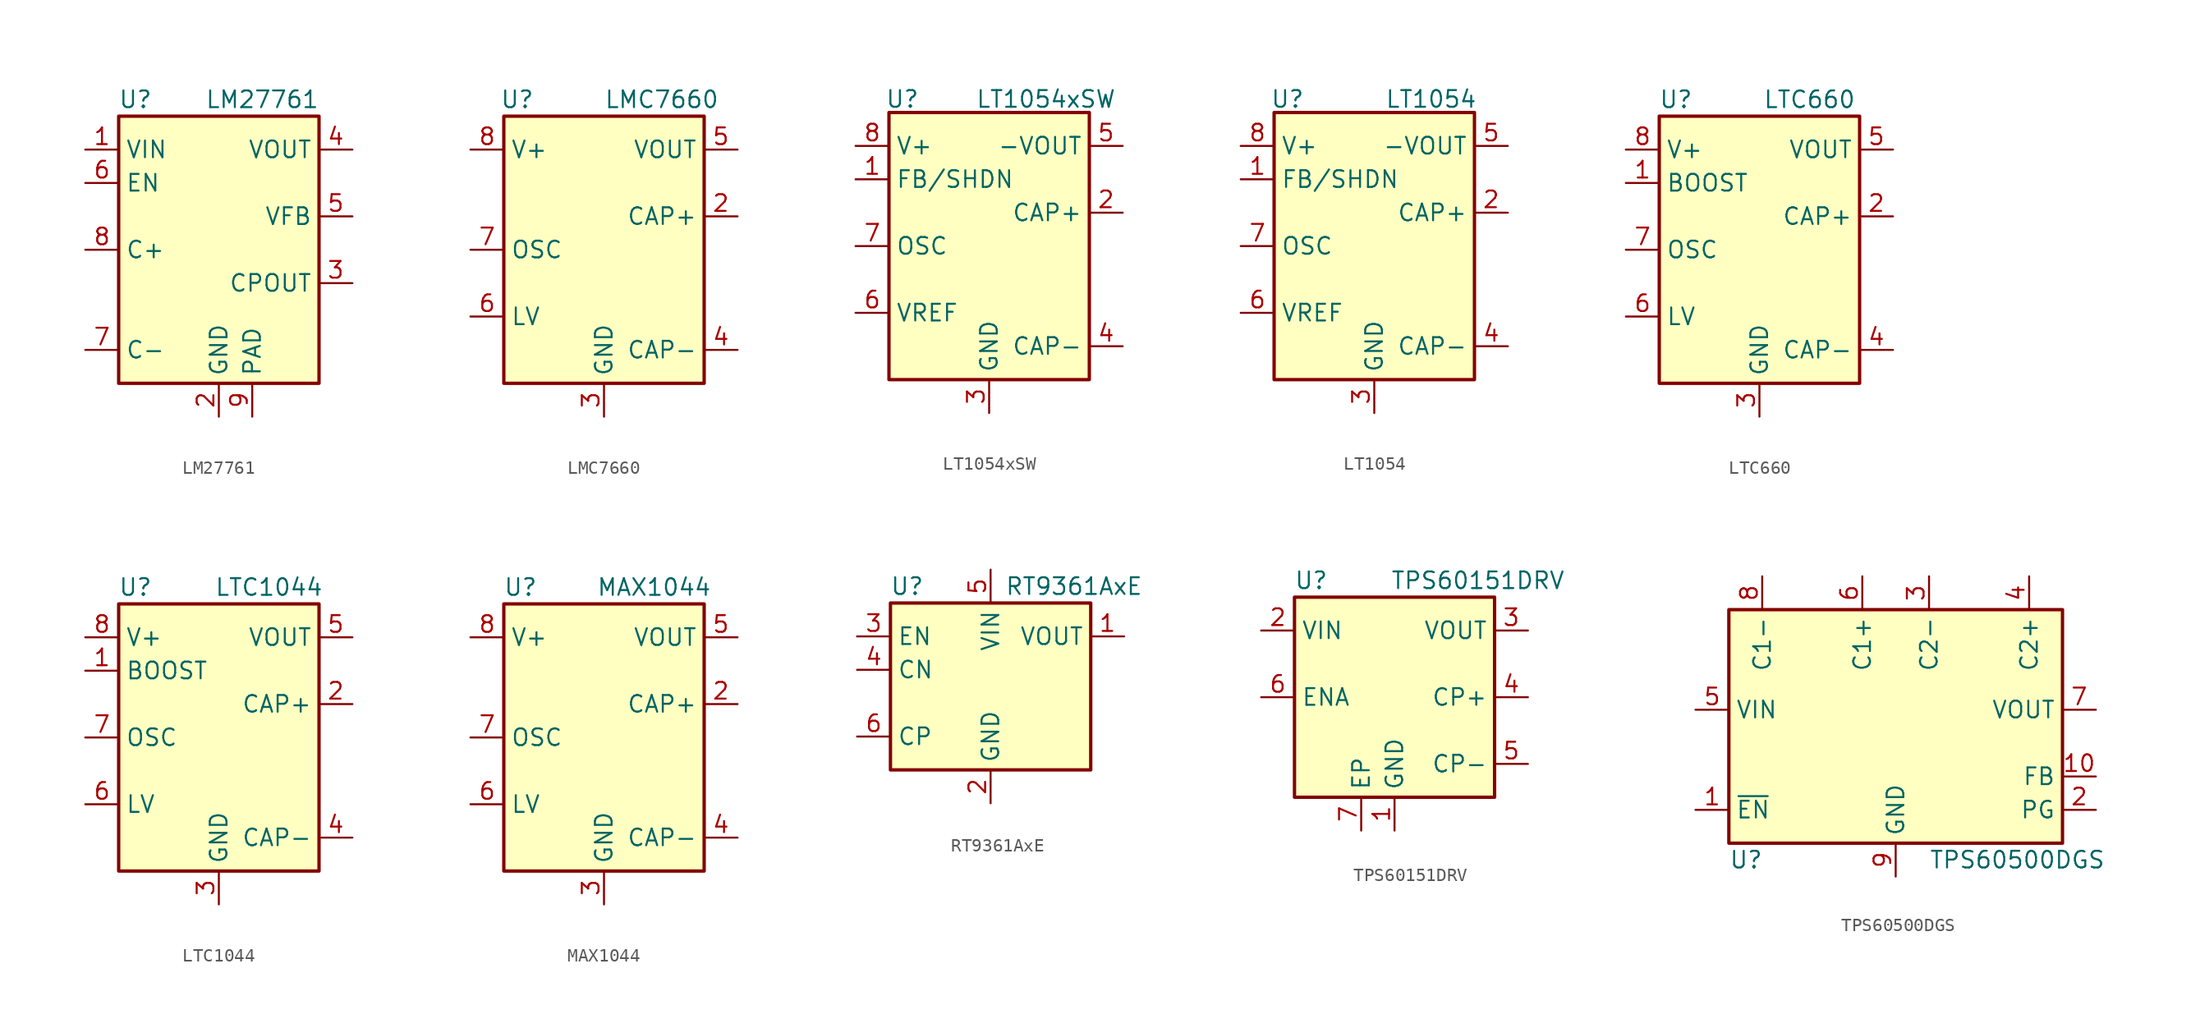
<source format=kicad_sym>
(kicad_symbol_lib
  (version 20201005)
  (generator kicad_symbol_editor)
  (symbol "Regulator_SwitchedCapacitor:LM27761"
    (property "Reference" "U"
      (at -6.35 11.43 0)
      (effects (font (size 1.27 1.27))))
    (property "Value" "LM27761"
      (at 3.302 11.43 0)
      (effects (font (size 1.27 1.27))))
    (symbol "LM27761_0_1"
      (rectangle (start -7.62 10.16) (end 7.62 -10.16) (stroke (width 0.254)) (fill (type background))))
    (symbol "LM27761_1_1"
      (pin power_in line (at -10.16 7.62 0) (length 2.54) (name "VIN" (effects (font (size 1.27 1.27)))) (number "1" (effects (font (size 1.27 1.27)))))
      (pin power_in line (at 0 -12.7 90) (length 2.54) (name "GND" (effects (font (size 1.27 1.27)))) (number "2" (effects (font (size 1.27 1.27)))))
      (pin power_out line (at 10.16 -2.54 180) (length 2.54) (name "CPOUT" (effects (font (size 1.27 1.27)))) (number "3" (effects (font (size 1.27 1.27)))))
      (pin power_out line (at 10.16 7.62 180) (length 2.54) (name "VOUT" (effects (font (size 1.27 1.27)))) (number "4" (effects (font (size 1.27 1.27)))))
      (pin input line (at 10.16 2.54 180) (length 2.54) (name "VFB" (effects (font (size 1.27 1.27)))) (number "5" (effects (font (size 1.27 1.27)))))
      (pin input line (at -10.16 5.08 0) (length 2.54) (name "EN" (effects (font (size 1.27 1.27)))) (number "6" (effects (font (size 1.27 1.27)))))
      (pin passive line (at -10.16 -7.62 0) (length 2.54) (name "C-" (effects (font (size 1.27 1.27)))) (number "7" (effects (font (size 1.27 1.27)))))
      (pin passive line (at -10.16 0 0) (length 2.54) (name "C+" (effects (font (size 1.27 1.27)))) (number "8" (effects (font (size 1.27 1.27)))))
      (pin power_in line (at 2.54 -12.7 90) (length 2.54) (name "PAD" (effects (font (size 1.27 1.27)))) (number "9" (effects (font (size 1.27 1.27)))))))
  (symbol "Regulator_SwitchedCapacitor:LMC7660"
    (property "Reference" "U"
      (at -6.604 11.43 0)
      (effects (font (size 1.27 1.27))))
    (property "Value" "LMC7660"
      (at 0 11.43 0)
      (effects (font (size 1.27 1.27)) (justify left)))
    (symbol "LMC7660_0_1"
      (rectangle (start -7.62 10.16) (end 7.62 -10.16) (stroke (width 0.254)) (fill (type background))))
    (symbol "LMC7660_1_1"
      (pin no_connect line (at -7.62 5.08 0) (length 2.54) hide (name "NC" (effects (font (size 1.27 1.27)))) (number "1" (effects (font (size 1.27 1.27)))))
      (pin input line (at 10.16 2.54 180) (length 2.54) (name "CAP+" (effects (font (size 1.27 1.27)))) (number "2" (effects (font (size 1.27 1.27)))))
      (pin power_in line (at 0 -12.7 90) (length 2.54) (name "GND" (effects (font (size 1.27 1.27)))) (number "3" (effects (font (size 1.27 1.27)))))
      (pin input line (at 10.16 -7.62 180) (length 2.54) (name "CAP-" (effects (font (size 1.27 1.27)))) (number "4" (effects (font (size 1.27 1.27)))))
      (pin power_out line (at 10.16 7.62 180) (length 2.54) (name "VOUT" (effects (font (size 1.27 1.27)))) (number "5" (effects (font (size 1.27 1.27)))))
      (pin input line (at -10.16 -5.08 0) (length 2.54) (name "LV" (effects (font (size 1.27 1.27)))) (number "6" (effects (font (size 1.27 1.27)))))
      (pin input line (at -10.16 0 0) (length 2.54) (name "OSC" (effects (font (size 1.27 1.27)))) (number "7" (effects (font (size 1.27 1.27)))))
      (pin power_in line (at -10.16 7.62 0) (length 2.54) (name "V+" (effects (font (size 1.27 1.27)))) (number "8" (effects (font (size 1.27 1.27)))))))
  (symbol "Regulator_SwitchedCapacitor:LT1054xSW"
    (property "Reference" "U"
      (at -6.604 11.176 0)
      (effects (font (size 1.27 1.27))))
    (property "Value" "LT1054xSW"
      (at 4.318 11.176 0)
      (effects (font (size 1.27 1.27))))
    (symbol "LT1054xSW_0_1"
      (rectangle (start -7.62 10.16) (end 7.62 -10.16) (stroke (width 0.254)) (fill (type background))))
    (symbol "LT1054xSW_1_1"
      (pin input line (at -10.16 5.08 0) (length 2.54) (name "FB/SHDN" (effects (font (size 1.27 1.27)))) (number "1" (effects (font (size 1.27 1.27)))))
      (pin input line (at 10.16 2.54 180) (length 2.54) (name "CAP+" (effects (font (size 1.27 1.27)))) (number "2" (effects (font (size 1.27 1.27)))))
      (pin power_in line (at 0 -12.7 90) (length 2.54) (name "GND" (effects (font (size 1.27 1.27)))) (number "3" (effects (font (size 1.27 1.27)))))
      (pin input line (at 10.16 -7.62 180) (length 2.54) (name "CAP-" (effects (font (size 1.27 1.27)))) (number "4" (effects (font (size 1.27 1.27)))))
      (pin power_out line (at 10.16 7.62 180) (length 2.54) (name "-VOUT" (effects (font (size 1.27 1.27)))) (number "5" (effects (font (size 1.27 1.27)))))
      (pin output line (at -10.16 -5.08 0) (length 2.54) (name "VREF" (effects (font (size 1.27 1.27)))) (number "6" (effects (font (size 1.27 1.27)))))
      (pin input line (at -10.16 0 0) (length 2.54) (name "OSC" (effects (font (size 1.27 1.27)))) (number "7" (effects (font (size 1.27 1.27)))))
      (pin power_in line (at -10.16 7.62 0) (length 2.54) (name "V+" (effects (font (size 1.27 1.27)))) (number "8" (effects (font (size 1.27 1.27)))))))
  (symbol "Regulator_SwitchedCapacitor:LT1054"
    (property "Reference" "U"
      (at -6.604 11.176 0)
      (effects (font (size 1.27 1.27))))
    (property "Value" "LT1054"
      (at 4.318 11.176 0)
      (effects (font (size 1.27 1.27))))
    (symbol "LT1054_0_1"
      (rectangle (start -7.62 10.16) (end 7.62 -10.16) (stroke (width 0.254)) (fill (type background))))
    (symbol "LT1054_1_1"
      (pin input line (at -10.16 5.08 0) (length 2.54) (name "FB/SHDN" (effects (font (size 1.27 1.27)))) (number "1" (effects (font (size 1.27 1.27)))))
      (pin input line (at 10.16 2.54 180) (length 2.54) (name "CAP+" (effects (font (size 1.27 1.27)))) (number "2" (effects (font (size 1.27 1.27)))))
      (pin power_in line (at 0 -12.7 90) (length 2.54) (name "GND" (effects (font (size 1.27 1.27)))) (number "3" (effects (font (size 1.27 1.27)))))
      (pin input line (at 10.16 -7.62 180) (length 2.54) (name "CAP-" (effects (font (size 1.27 1.27)))) (number "4" (effects (font (size 1.27 1.27)))))
      (pin power_out line (at 10.16 7.62 180) (length 2.54) (name "-VOUT" (effects (font (size 1.27 1.27)))) (number "5" (effects (font (size 1.27 1.27)))))
      (pin output line (at -10.16 -5.08 0) (length 2.54) (name "VREF" (effects (font (size 1.27 1.27)))) (number "6" (effects (font (size 1.27 1.27)))))
      (pin input line (at -10.16 0 0) (length 2.54) (name "OSC" (effects (font (size 1.27 1.27)))) (number "7" (effects (font (size 1.27 1.27)))))
      (pin power_in line (at -10.16 7.62 0) (length 2.54) (name "V+" (effects (font (size 1.27 1.27)))) (number "8" (effects (font (size 1.27 1.27)))))))
  (symbol "Regulator_SwitchedCapacitor:LTC660"
    (property "Reference" "U"
      (at -6.35 11.43 0)
      (effects (font (size 1.27 1.27))))
    (property "Value" "LTC660"
      (at 3.81 11.43 0)
      (effects (font (size 1.27 1.27))))
    (symbol "LTC660_0_1"
      (rectangle (start -7.62 10.16) (end 7.62 -10.16) (stroke (width 0.254)) (fill (type background))))
    (symbol "LTC660_1_1"
      (pin input line (at -10.16 5.08 0) (length 2.54) (name "BOOST" (effects (font (size 1.27 1.27)))) (number "1" (effects (font (size 1.27 1.27)))))
      (pin input line (at 10.16 2.54 180) (length 2.54) (name "CAP+" (effects (font (size 1.27 1.27)))) (number "2" (effects (font (size 1.27 1.27)))))
      (pin power_in line (at 0 -12.7 90) (length 2.54) (name "GND" (effects (font (size 1.27 1.27)))) (number "3" (effects (font (size 1.27 1.27)))))
      (pin input line (at 10.16 -7.62 180) (length 2.54) (name "CAP-" (effects (font (size 1.27 1.27)))) (number "4" (effects (font (size 1.27 1.27)))))
      (pin power_out line (at 10.16 7.62 180) (length 2.54) (name "VOUT" (effects (font (size 1.27 1.27)))) (number "5" (effects (font (size 1.27 1.27)))))
      (pin input line (at -10.16 -5.08 0) (length 2.54) (name "LV" (effects (font (size 1.27 1.27)))) (number "6" (effects (font (size 1.27 1.27)))))
      (pin input line (at -10.16 0 0) (length 2.54) (name "OSC" (effects (font (size 1.27 1.27)))) (number "7" (effects (font (size 1.27 1.27)))))
      (pin power_in line (at -10.16 7.62 0) (length 2.54) (name "V+" (effects (font (size 1.27 1.27)))) (number "8" (effects (font (size 1.27 1.27)))))))
  (symbol "Regulator_SwitchedCapacitor:LTC1044"
    (property "Reference" "U"
      (at -6.35 11.43 0)
      (effects (font (size 1.27 1.27))))
    (property "Value" "LTC1044"
      (at 3.81 11.43 0)
      (effects (font (size 1.27 1.27))))
    (symbol "LTC1044_0_1"
      (rectangle (start -7.62 10.16) (end 7.62 -10.16) (stroke (width 0.254)) (fill (type background))))
    (symbol "LTC1044_1_1"
      (pin input line (at -10.16 5.08 0) (length 2.54) (name "BOOST" (effects (font (size 1.27 1.27)))) (number "1" (effects (font (size 1.27 1.27)))))
      (pin input line (at 10.16 2.54 180) (length 2.54) (name "CAP+" (effects (font (size 1.27 1.27)))) (number "2" (effects (font (size 1.27 1.27)))))
      (pin power_in line (at 0 -12.7 90) (length 2.54) (name "GND" (effects (font (size 1.27 1.27)))) (number "3" (effects (font (size 1.27 1.27)))))
      (pin input line (at 10.16 -7.62 180) (length 2.54) (name "CAP-" (effects (font (size 1.27 1.27)))) (number "4" (effects (font (size 1.27 1.27)))))
      (pin power_out line (at 10.16 7.62 180) (length 2.54) (name "VOUT" (effects (font (size 1.27 1.27)))) (number "5" (effects (font (size 1.27 1.27)))))
      (pin input line (at -10.16 -5.08 0) (length 2.54) (name "LV" (effects (font (size 1.27 1.27)))) (number "6" (effects (font (size 1.27 1.27)))))
      (pin input line (at -10.16 0 0) (length 2.54) (name "OSC" (effects (font (size 1.27 1.27)))) (number "7" (effects (font (size 1.27 1.27)))))
      (pin power_in line (at -10.16 7.62 0) (length 2.54) (name "V+" (effects (font (size 1.27 1.27)))) (number "8" (effects (font (size 1.27 1.27)))))))
  (symbol "Regulator_SwitchedCapacitor:MAX1044"
    (property "Reference" "U"
      (at -6.35 11.43 0)
      (effects (font (size 1.27 1.27))))
    (property "Value" "MAX1044"
      (at 3.81 11.43 0)
      (effects (font (size 1.27 1.27))))
    (symbol "MAX1044_0_1"
      (rectangle (start -7.62 10.16) (end 7.62 -10.16) (stroke (width 0.254)) (fill (type background))))
    (symbol "MAX1044_1_1"
      (pin no_connect line (at -7.62 5.08 0) (length 2.54) hide (name "NC" (effects (font (size 1.27 1.27)))) (number "1" (effects (font (size 1.27 1.27)))))
      (pin input line (at 10.16 2.54 180) (length 2.54) (name "CAP+" (effects (font (size 1.27 1.27)))) (number "2" (effects (font (size 1.27 1.27)))))
      (pin power_in line (at 0 -12.7 90) (length 2.54) (name "GND" (effects (font (size 1.27 1.27)))) (number "3" (effects (font (size 1.27 1.27)))))
      (pin input line (at 10.16 -7.62 180) (length 2.54) (name "CAP-" (effects (font (size 1.27 1.27)))) (number "4" (effects (font (size 1.27 1.27)))))
      (pin power_out line (at 10.16 7.62 180) (length 2.54) (name "VOUT" (effects (font (size 1.27 1.27)))) (number "5" (effects (font (size 1.27 1.27)))))
      (pin input line (at -10.16 -5.08 0) (length 2.54) (name "LV" (effects (font (size 1.27 1.27)))) (number "6" (effects (font (size 1.27 1.27)))))
      (pin input line (at -10.16 0 0) (length 2.54) (name "OSC" (effects (font (size 1.27 1.27)))) (number "7" (effects (font (size 1.27 1.27)))))
      (pin power_in line (at -10.16 7.62 0) (length 2.54) (name "V+" (effects (font (size 1.27 1.27)))) (number "8" (effects (font (size 1.27 1.27)))))))
  (symbol "Regulator_SwitchedCapacitor:RT9361AxE"
    (property "Reference" "U"
      (at -6.35 6.35 0)
      (effects (font (size 1.27 1.27))))
    (property "Value" "RT9361AxE"
      (at 6.35 6.35 0)
      (effects (font (size 1.27 1.27))))
    (symbol "RT9361AxE_1_1"
      (rectangle (start -7.62 5.08) (end 7.62 -7.62) (stroke (width 0.254)) (fill (type background)))
      (pin power_out line (at 10.16 2.54 180) (length 2.54) (name "VOUT" (effects (font (size 1.27 1.27)))) (number "1" (effects (font (size 1.27 1.27)))))
      (pin power_in line (at 0 -10.16 90) (length 2.54) (name "GND" (effects (font (size 1.27 1.27)))) (number "2" (effects (font (size 1.27 1.27)))))
      (pin input line (at -10.16 2.54 0) (length 2.54) (name "EN" (effects (font (size 1.27 1.27)))) (number "3" (effects (font (size 1.27 1.27)))))
      (pin passive line (at -10.16 0 0) (length 2.54) (name "CN" (effects (font (size 1.27 1.27)))) (number "4" (effects (font (size 1.27 1.27)))))
      (pin power_in line (at 0 7.62 270) (length 2.54) (name "VIN" (effects (font (size 1.27 1.27)))) (number "5" (effects (font (size 1.27 1.27)))))
      (pin passive line (at -10.16 -5.08 0) (length 2.54) (name "CP" (effects (font (size 1.27 1.27)))) (number "6" (effects (font (size 1.27 1.27)))))))
  (symbol "Regulator_SwitchedCapacitor:TPS60151DRV"
    (property "Reference" "U"
      (at -6.35 8.89 0)
      (effects (font (size 1.27 1.27))))
    (property "Value" "TPS60151DRV"
      (at 6.35 8.89 0)
      (effects (font (size 1.27 1.27))))
    (symbol "TPS60151DRV_0_1"
      (rectangle (start -7.62 7.62) (end 7.62 -7.62) (stroke (width 0.254)) (fill (type background))))
    (symbol "TPS60151DRV_1_1"
      (pin power_in line (at 0 -10.16 90) (length 2.54) (name "GND" (effects (font (size 1.27 1.27)))) (number "1" (effects (font (size 1.27 1.27)))))
      (pin power_in line (at -10.16 5.08 0) (length 2.54) (name "VIN" (effects (font (size 1.27 1.27)))) (number "2" (effects (font (size 1.27 1.27)))))
      (pin power_out line (at 10.16 5.08 180) (length 2.54) (name "VOUT" (effects (font (size 1.27 1.27)))) (number "3" (effects (font (size 1.27 1.27)))))
      (pin passive line (at 10.16 0 180) (length 2.54) (name "CP+" (effects (font (size 1.27 1.27)))) (number "4" (effects (font (size 1.27 1.27)))))
      (pin passive line (at 10.16 -5.08 180) (length 2.54) (name "CP-" (effects (font (size 1.27 1.27)))) (number "5" (effects (font (size 1.27 1.27)))))
      (pin input line (at -10.16 0 0) (length 2.54) (name "ENA" (effects (font (size 1.27 1.27)))) (number "6" (effects (font (size 1.27 1.27)))))
      (pin passive line (at -2.54 -10.16 90) (length 2.54) (name "EP" (effects (font (size 1.27 1.27)))) (number "7" (effects (font (size 1.27 1.27)))))))
  (symbol "Regulator_SwitchedCapacitor:TPS60500DGS"
    (property "Reference" "U"
      (at -12.7 -8.89 0)
      (effects (font (size 1.27 1.27)) (justify left)))
    (property "Value" "TPS60500DGS"
      (at 2.54 -8.89 0)
      (effects (font (size 1.27 1.27)) (justify left)))
    (symbol "TPS60500DGS_0_1"
      (rectangle (start -12.7 10.16) (end 12.7 -7.62) (stroke (width 0.254)) (fill (type background))))
    (symbol "TPS60500DGS_1_1"
      (pin input line (at -15.24 -5.08 0) (length 2.54) (name "~EN" (effects (font (size 1.27 1.27)))) (number "1" (effects (font (size 1.27 1.27)))))
      (pin input line (at 15.24 -2.54 180) (length 2.54) (name "FB" (effects (font (size 1.27 1.27)))) (number "10" (effects (font (size 1.27 1.27)))))
      (pin open_collector line (at 15.24 -5.08 180) (length 2.54) (name "PG" (effects (font (size 1.27 1.27)))) (number "2" (effects (font (size 1.27 1.27)))))
      (pin passive line (at 2.54 12.7 270) (length 2.54) (name "C2-" (effects (font (size 1.27 1.27)))) (number "3" (effects (font (size 1.27 1.27)))))
      (pin passive line (at 10.16 12.7 270) (length 2.54) (name "C2+" (effects (font (size 1.27 1.27)))) (number "4" (effects (font (size 1.27 1.27)))))
      (pin power_in line (at -15.24 2.54 0) (length 2.54) (name "VIN" (effects (font (size 1.27 1.27)))) (number "5" (effects (font (size 1.27 1.27)))))
      (pin passive line (at -2.54 12.7 270) (length 2.54) (name "C1+" (effects (font (size 1.27 1.27)))) (number "6" (effects (font (size 1.27 1.27)))))
      (pin power_out line (at 15.24 2.54 180) (length 2.54) (name "VOUT" (effects (font (size 1.27 1.27)))) (number "7" (effects (font (size 1.27 1.27)))))
      (pin passive line (at -10.16 12.7 270) (length 2.54) (name "C1-" (effects (font (size 1.27 1.27)))) (number "8" (effects (font (size 1.27 1.27)))))
      (pin power_in line (at 0 -10.16 90) (length 2.54) (name "GND" (effects (font (size 1.27 1.27)))) (number "9" (effects (font (size 1.27 1.27))))))))
</source>
